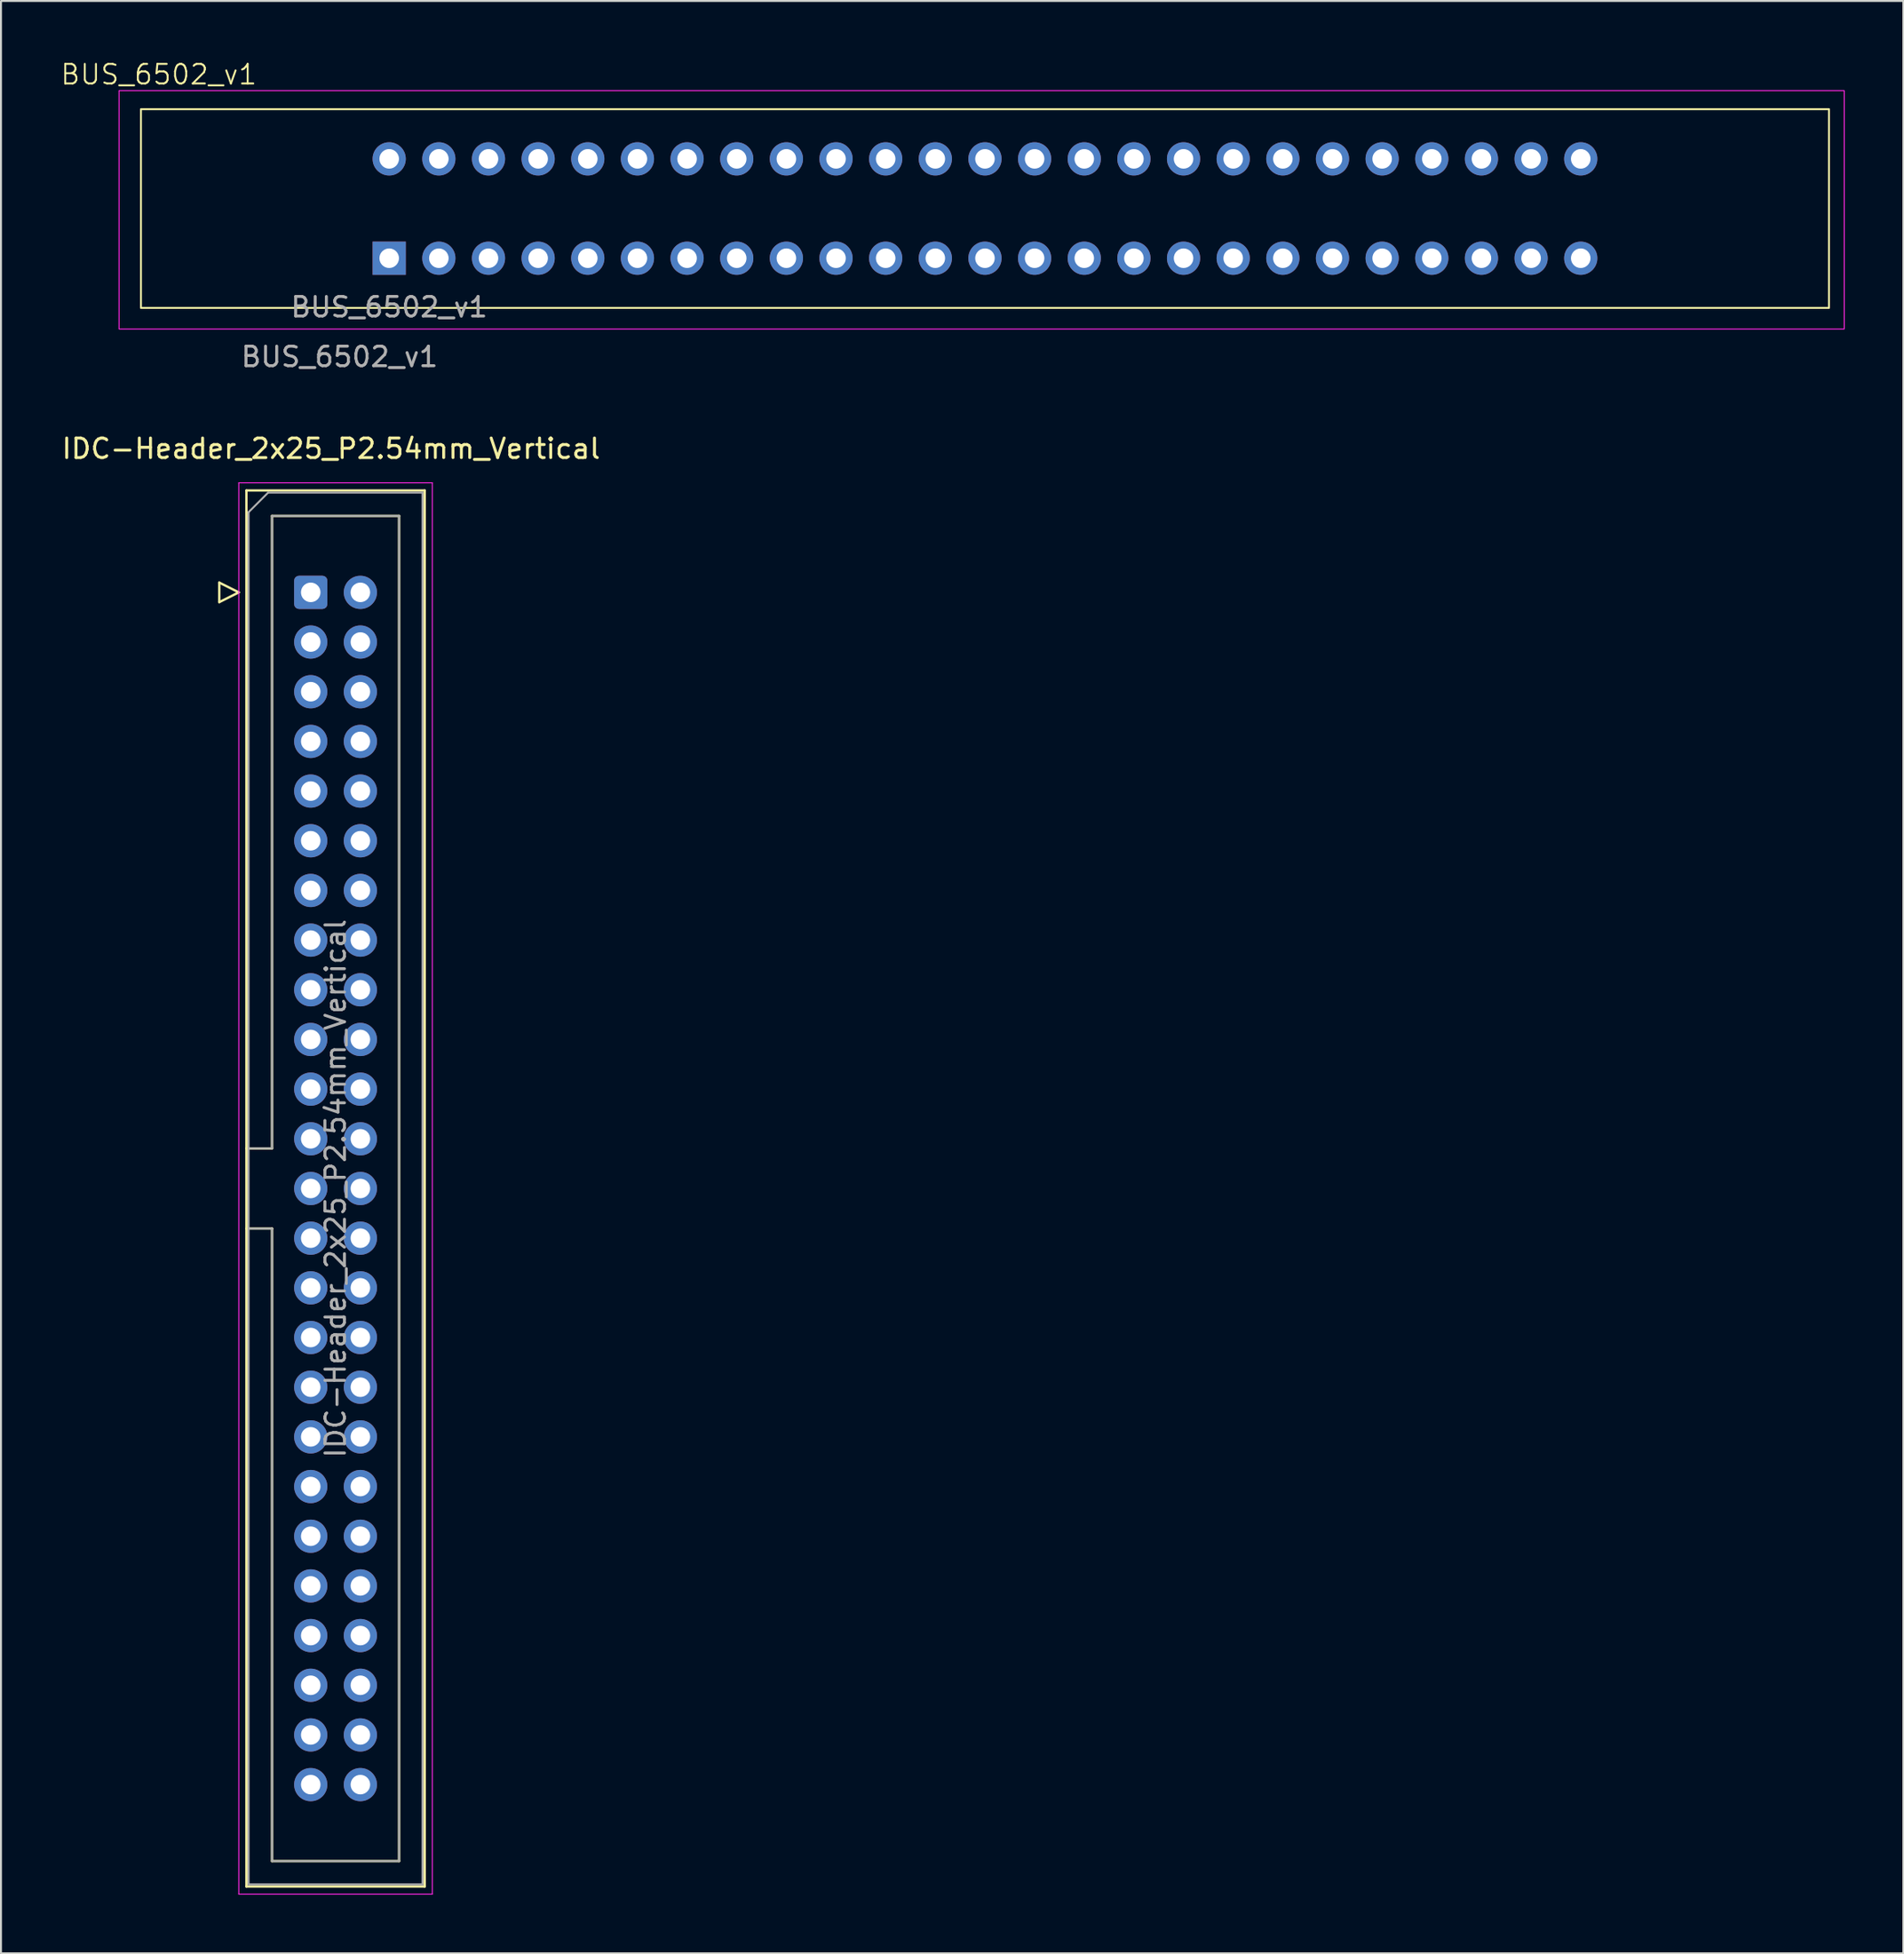
<source format=kicad_pcb>
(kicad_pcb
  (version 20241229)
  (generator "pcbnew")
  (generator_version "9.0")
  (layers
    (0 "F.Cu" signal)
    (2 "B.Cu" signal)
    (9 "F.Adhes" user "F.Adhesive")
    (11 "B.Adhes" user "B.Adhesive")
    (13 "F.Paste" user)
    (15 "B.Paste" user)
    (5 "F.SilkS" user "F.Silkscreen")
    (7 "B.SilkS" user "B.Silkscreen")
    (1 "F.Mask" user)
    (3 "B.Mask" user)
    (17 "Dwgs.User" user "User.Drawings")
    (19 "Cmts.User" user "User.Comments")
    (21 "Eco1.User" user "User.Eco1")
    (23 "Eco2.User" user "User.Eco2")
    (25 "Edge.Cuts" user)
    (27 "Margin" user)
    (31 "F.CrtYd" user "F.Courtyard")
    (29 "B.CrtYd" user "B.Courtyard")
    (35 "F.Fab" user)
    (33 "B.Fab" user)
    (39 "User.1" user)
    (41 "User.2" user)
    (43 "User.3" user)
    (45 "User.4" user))
  (footprint "IDC-Header_2x25_P2.54mm_Vertical"
    (layer "F.Cu")
    (at 12.847 27.238)
    (property "Reference" "IDC-Header_2x25_P2.54mm_Vertical" (at 1.04 -7.348 0) (layer "F.SilkS") (effects (font (size 1 1) (thickness 0.15))))
    (attr through_hole)
    (fp_line (start -4.68 -0.5) (end -4.68 0.5) (stroke (width 0.12) (type solid)) (layer "F.SilkS"))
    (fp_line (start -4.68 0.5) (end -3.68 0) (stroke (width 0.12) (type solid)) (layer "F.SilkS"))
    (fp_line (start -3.68 0) (end -4.68 -0.5) (stroke (width 0.12) (type solid)) (layer "F.SilkS"))
    (fp_line (start -3.29 -5.21) (end 5.83 -5.21) (stroke (width 0.12) (type solid)) (layer "F.SilkS"))
    (fp_line (start -3.29 28.43) (end -1.98 28.43) (stroke (width 0.12) (type solid)) (layer "F.SilkS"))
    (fp_line (start -3.29 66.17) (end -3.29 -5.21) (stroke (width 0.12) (type solid)) (layer "F.SilkS"))
    (fp_line (start -1.98 -3.91) (end 4.52 -3.91) (stroke (width 0.12) (type solid)) (layer "F.SilkS"))
    (fp_line (start -1.98 28.43) (end -1.98 -3.91) (stroke (width 0.12) (type solid)) (layer "F.SilkS"))
    (fp_line (start -1.98 32.53) (end -3.29 32.53) (stroke (width 0.12) (type solid)) (layer "F.SilkS"))
    (fp_line (start -1.98 32.53) (end -1.98 32.53) (stroke (width 0.12) (type solid)) (layer "F.SilkS"))
    (fp_line (start -1.98 64.87) (end -1.98 32.53) (stroke (width 0.12) (type solid)) (layer "F.SilkS"))
    (fp_line (start 4.52 -3.91) (end 4.52 64.87) (stroke (width 0.12) (type solid)) (layer "F.SilkS"))
    (fp_line (start 4.52 64.87) (end -1.98 64.87) (stroke (width 0.12) (type solid)) (layer "F.SilkS"))
    (fp_line (start 5.83 -5.21) (end 5.83 66.17) (stroke (width 0.12) (type solid)) (layer "F.SilkS"))
    (fp_line (start 5.83 66.17) (end -3.29 66.17) (stroke (width 0.12) (type solid)) (layer "F.SilkS"))
    (fp_line (start -3.68 -5.6) (end -3.68 66.56) (stroke (width 0.05) (type solid)) (layer "F.CrtYd"))
    (fp_line (start -3.68 66.56) (end 6.22 66.56) (stroke (width 0.05) (type solid)) (layer "F.CrtYd"))
    (fp_line (start 6.22 -5.6) (end -3.68 -5.6) (stroke (width 0.05) (type solid)) (layer "F.CrtYd"))
    (fp_line (start 6.22 66.56) (end 6.22 -5.6) (stroke (width 0.05) (type solid)) (layer "F.CrtYd"))
    (fp_line (start -3.18 -4.1) (end -2.18 -5.1) (stroke (width 0.1) (type solid)) (layer "F.Fab"))
    (fp_line (start -3.18 28.43) (end -1.98 28.43) (stroke (width 0.1) (type solid)) (layer "F.Fab"))
    (fp_line (start -3.18 66.06) (end -3.18 -4.1) (stroke (width 0.1) (type solid)) (layer "F.Fab"))
    (fp_line (start -2.18 -5.1) (end 5.72 -5.1) (stroke (width 0.1) (type solid)) (layer "F.Fab"))
    (fp_line (start -1.98 -3.91) (end 4.52 -3.91) (stroke (width 0.1) (type solid)) (layer "F.Fab"))
    (fp_line (start -1.98 28.43) (end -1.98 -3.91) (stroke (width 0.1) (type solid)) (layer "F.Fab"))
    (fp_line (start -1.98 32.53) (end -3.18 32.53) (stroke (width 0.1) (type solid)) (layer "F.Fab"))
    (fp_line (start -1.98 32.53) (end -1.98 32.53) (stroke (width 0.1) (type solid)) (layer "F.Fab"))
    (fp_line (start -1.98 64.87) (end -1.98 32.53) (stroke (width 0.1) (type solid)) (layer "F.Fab"))
    (fp_line (start 4.52 -3.91) (end 4.52 64.87) (stroke (width 0.1) (type solid)) (layer "F.Fab"))
    (fp_line (start 4.52 64.87) (end -1.98 64.87) (stroke (width 0.1) (type solid)) (layer "F.Fab"))
    (fp_line (start 5.72 -5.1) (end 5.72 66.06) (stroke (width 0.1) (type solid)) (layer "F.Fab"))
    (fp_line (start 5.72 66.06) (end -3.18 66.06) (stroke (width 0.1) (type solid)) (layer "F.Fab"))
    (fp_text user "${REFERENCE}" (at 1.27 30.48 270) (layer "F.Fab") (effects (font (size 1 1) (thickness 0.15))))
    (pad "1" thru_hole roundrect (at 0 0) (size 1.7 1.7) (drill 1) (layers "*.Cu" "*.Mask") (roundrect_rratio 0.147))
    (pad "2" thru_hole circle (at 2.54 0) (size 1.7 1.7) (drill 1) (layers "*.Cu" "*.Mask"))
    (pad "3" thru_hole circle (at 0 2.54) (size 1.7 1.7) (drill 1) (layers "*.Cu" "*.Mask"))
    (pad "4" thru_hole circle (at 2.54 2.54) (size 1.7 1.7) (drill 1) (layers "*.Cu" "*.Mask"))
    (pad "5" thru_hole circle (at 0 5.08) (size 1.7 1.7) (drill 1) (layers "*.Cu" "*.Mask"))
    (pad "6" thru_hole circle (at 2.54 5.08) (size 1.7 1.7) (drill 1) (layers "*.Cu" "*.Mask"))
    (pad "7" thru_hole circle (at 0 7.62) (size 1.7 1.7) (drill 1) (layers "*.Cu" "*.Mask"))
    (pad "8" thru_hole circle (at 2.54 7.62) (size 1.7 1.7) (drill 1) (layers "*.Cu" "*.Mask"))
    (pad "9" thru_hole circle (at 0 10.16) (size 1.7 1.7) (drill 1) (layers "*.Cu" "*.Mask"))
    (pad "10" thru_hole circle (at 2.54 10.16) (size 1.7 1.7) (drill 1) (layers "*.Cu" "*.Mask"))
    (pad "11" thru_hole circle (at 0 12.7) (size 1.7 1.7) (drill 1) (layers "*.Cu" "*.Mask"))
    (pad "12" thru_hole circle (at 2.54 12.7) (size 1.7 1.7) (drill 1) (layers "*.Cu" "*.Mask"))
    (pad "13" thru_hole circle (at 0 15.24) (size 1.7 1.7) (drill 1) (layers "*.Cu" "*.Mask"))
    (pad "14" thru_hole circle (at 2.54 15.24) (size 1.7 1.7) (drill 1) (layers "*.Cu" "*.Mask"))
    (pad "15" thru_hole circle (at 0 17.78) (size 1.7 1.7) (drill 1) (layers "*.Cu" "*.Mask"))
    (pad "16" thru_hole circle (at 2.54 17.78) (size 1.7 1.7) (drill 1) (layers "*.Cu" "*.Mask"))
    (pad "17" thru_hole circle (at 0 20.32) (size 1.7 1.7) (drill 1) (layers "*.Cu" "*.Mask"))
    (pad "18" thru_hole circle (at 2.54 20.32) (size 1.7 1.7) (drill 1) (layers "*.Cu" "*.Mask"))
    (pad "19" thru_hole circle (at 0 22.86) (size 1.7 1.7) (drill 1) (layers "*.Cu" "*.Mask"))
    (pad "20" thru_hole circle (at 2.54 22.86) (size 1.7 1.7) (drill 1) (layers "*.Cu" "*.Mask"))
    (pad "21" thru_hole circle (at 0 25.4) (size 1.7 1.7) (drill 1) (layers "*.Cu" "*.Mask"))
    (pad "22" thru_hole circle (at 2.54 25.4) (size 1.7 1.7) (drill 1) (layers "*.Cu" "*.Mask"))
    (pad "23" thru_hole circle (at 0 27.94) (size 1.7 1.7) (drill 1) (layers "*.Cu" "*.Mask"))
    (pad "24" thru_hole circle (at 2.54 27.94) (size 1.7 1.7) (drill 1) (layers "*.Cu" "*.Mask"))
    (pad "25" thru_hole circle (at 0 30.48) (size 1.7 1.7) (drill 1) (layers "*.Cu" "*.Mask"))
    (pad "26" thru_hole circle (at 2.54 30.48) (size 1.7 1.7) (drill 1) (layers "*.Cu" "*.Mask"))
    (pad "27" thru_hole circle (at 0 33.02) (size 1.7 1.7) (drill 1) (layers "*.Cu" "*.Mask"))
    (pad "28" thru_hole circle (at 2.54 33.02) (size 1.7 1.7) (drill 1) (layers "*.Cu" "*.Mask"))
    (pad "29" thru_hole circle (at 0 35.56) (size 1.7 1.7) (drill 1) (layers "*.Cu" "*.Mask"))
    (pad "30" thru_hole circle (at 2.54 35.56) (size 1.7 1.7) (drill 1) (layers "*.Cu" "*.Mask"))
    (pad "31" thru_hole circle (at 0 38.1) (size 1.7 1.7) (drill 1) (layers "*.Cu" "*.Mask"))
    (pad "32" thru_hole circle (at 2.54 38.1) (size 1.7 1.7) (drill 1) (layers "*.Cu" "*.Mask"))
    (pad "33" thru_hole circle (at 0 40.64) (size 1.7 1.7) (drill 1) (layers "*.Cu" "*.Mask"))
    (pad "34" thru_hole circle (at 2.54 40.64) (size 1.7 1.7) (drill 1) (layers "*.Cu" "*.Mask"))
    (pad "35" thru_hole circle (at 0 43.18) (size 1.7 1.7) (drill 1) (layers "*.Cu" "*.Mask"))
    (pad "36" thru_hole circle (at 2.54 43.18) (size 1.7 1.7) (drill 1) (layers "*.Cu" "*.Mask"))
    (pad "37" thru_hole circle (at 0 45.72) (size 1.7 1.7) (drill 1) (layers "*.Cu" "*.Mask"))
    (pad "38" thru_hole circle (at 2.54 45.72) (size 1.7 1.7) (drill 1) (layers "*.Cu" "*.Mask"))
    (pad "39" thru_hole circle (at 0 48.26) (size 1.7 1.7) (drill 1) (layers "*.Cu" "*.Mask"))
    (pad "40" thru_hole circle (at 2.54 48.26) (size 1.7 1.7) (drill 1) (layers "*.Cu" "*.Mask"))
    (pad "41" thru_hole circle (at 0 50.8) (size 1.7 1.7) (drill 1) (layers "*.Cu" "*.Mask"))
    (pad "42" thru_hole circle (at 2.54 50.8) (size 1.7 1.7) (drill 1) (layers "*.Cu" "*.Mask"))
    (pad "43" thru_hole circle (at 0 53.34) (size 1.7 1.7) (drill 1) (layers "*.Cu" "*.Mask"))
    (pad "44" thru_hole circle (at 2.54 53.34) (size 1.7 1.7) (drill 1) (layers "*.Cu" "*.Mask"))
    (pad "45" thru_hole circle (at 0 55.88) (size 1.7 1.7) (drill 1) (layers "*.Cu" "*.Mask"))
    (pad "46" thru_hole circle (at 2.54 55.88) (size 1.7 1.7) (drill 1) (layers "*.Cu" "*.Mask"))
    (pad "47" thru_hole circle (at 0 58.42) (size 1.7 1.7) (drill 1) (layers "*.Cu" "*.Mask"))
    (pad "48" thru_hole circle (at 2.54 58.42) (size 1.7 1.7) (drill 1) (layers "*.Cu" "*.Mask"))
    (pad "49" thru_hole circle (at 0 60.96) (size 1.7 1.7) (drill 1) (layers "*.Cu" "*.Mask"))
    (pad "50" thru_hole circle (at 2.54 60.96) (size 1.7 1.7) (drill 1) (layers "*.Cu" "*.Mask")))
  (footprint "BUS_6502_v1"
    (layer "F.Cu")
    (at 16.861 10.153)
    (property "Reference" "BUS_6502_v1" (at -11.788 -9.393 0) (unlocked yes) (layer "F.SilkS") (effects (font (size 1 1) (thickness 0.1))))
    (attr through_hole)
    (fp_rect (start -12.7 -7.62) (end 73.66 2.54) (stroke (width 0.1) (type default)) (fill no) (layer "F.SilkS"))
    (fp_rect (start -13.82 -8.57) (end 74.44 3.62) (stroke (width 0.05) (type default)) (fill no) (layer "F.CrtYd"))
    (fp_text user "${REFERENCE}" (at -2.54 5.04 0) (unlocked yes) (layer "F.Fab") (effects (font (size 1 1) (thickness 0.15))))
    (fp_text user "${REFERENCE}" (at 0 2.5 0) (unlocked yes) (layer "F.Fab") (effects (font (size 1 1) (thickness 0.15))))
    (pad "1" thru_hole rect (at 0 0 90) (size 1.7 1.7) (drill 1) (layers "*.Cu" "*.Mask"))
    (pad "2" thru_hole oval (at 2.54 0 90) (size 1.7 1.7) (drill 1) (layers "*.Cu" "*.Mask"))
    (pad "3" thru_hole oval (at 5.08 0 90) (size 1.7 1.7) (drill 1) (layers "*.Cu" "*.Mask"))
    (pad "4" thru_hole oval (at 7.62 0 90) (size 1.7 1.7) (drill 1) (layers "*.Cu" "*.Mask"))
    (pad "5" thru_hole oval (at 10.16 0 90) (size 1.7 1.7) (drill 1) (layers "*.Cu" "*.Mask"))
    (pad "6" thru_hole oval (at 12.7 0 90) (size 1.7 1.7) (drill 1) (layers "*.Cu" "*.Mask"))
    (pad "7" thru_hole oval (at 15.24 0 90) (size 1.7 1.7) (drill 1) (layers "*.Cu" "*.Mask"))
    (pad "8" thru_hole oval (at 17.78 0 90) (size 1.7 1.7) (drill 1) (layers "*.Cu" "*.Mask"))
    (pad "9" thru_hole oval (at 20.32 0 90) (size 1.7 1.7) (drill 1) (layers "*.Cu" "*.Mask"))
    (pad "10" thru_hole oval (at 22.86 0 90) (size 1.7 1.7) (drill 1) (layers "*.Cu" "*.Mask"))
    (pad "11" thru_hole oval (at 25.4 0 90) (size 1.7 1.7) (drill 1) (layers "*.Cu" "*.Mask"))
    (pad "12" thru_hole oval (at 27.94 0 90) (size 1.7 1.7) (drill 1) (layers "*.Cu" "*.Mask"))
    (pad "13" thru_hole oval (at 30.48 0 90) (size 1.7 1.7) (drill 1) (layers "*.Cu" "*.Mask"))
    (pad "14" thru_hole oval (at 33.02 0 90) (size 1.7 1.7) (drill 1) (layers "*.Cu" "*.Mask"))
    (pad "15" thru_hole oval (at 35.56 0 90) (size 1.7 1.7) (drill 1) (layers "*.Cu" "*.Mask"))
    (pad "16" thru_hole oval (at 38.1 0 90) (size 1.7 1.7) (drill 1) (layers "*.Cu" "*.Mask"))
    (pad "17" thru_hole oval (at 40.64 0 90) (size 1.7 1.7) (drill 1) (layers "*.Cu" "*.Mask"))
    (pad "18" thru_hole oval (at 43.18 0 90) (size 1.7 1.7) (drill 1) (layers "*.Cu" "*.Mask"))
    (pad "19" thru_hole oval (at 45.72 0 90) (size 1.7 1.7) (drill 1) (layers "*.Cu" "*.Mask"))
    (pad "20" thru_hole oval (at 48.26 0 90) (size 1.7 1.7) (drill 1) (layers "*.Cu" "*.Mask"))
    (pad "21" thru_hole oval (at 50.8 0 90) (size 1.7 1.7) (drill 1) (layers "*.Cu" "*.Mask"))
    (pad "22" thru_hole oval (at 53.34 0 90) (size 1.7 1.7) (drill 1) (layers "*.Cu" "*.Mask"))
    (pad "23" thru_hole oval (at 55.88 0 90) (size 1.7 1.7) (drill 1) (layers "*.Cu" "*.Mask"))
    (pad "24" thru_hole oval (at 58.42 0 90) (size 1.7 1.7) (drill 1) (layers "*.Cu" "*.Mask"))
    (pad "25" thru_hole oval (at 60.96 0 90) (size 1.7 1.7) (drill 1) (layers "*.Cu" "*.Mask"))
    (pad "26" thru_hole oval (at 60.96 -5.08 90) (size 1.7 1.7) (drill 1) (layers "*.Cu" "*.Mask"))
    (pad "27" thru_hole oval (at 58.42 -5.08 90) (size 1.7 1.7) (drill 1) (layers "*.Cu" "*.Mask"))
    (pad "28" thru_hole oval (at 55.88 -5.08 90) (size 1.7 1.7) (drill 1) (layers "*.Cu" "*.Mask"))
    (pad "29" thru_hole oval (at 53.34 -5.08 90) (size 1.7 1.7) (drill 1) (layers "*.Cu" "*.Mask"))
    (pad "30" thru_hole oval (at 50.8 -5.08 90) (size 1.7 1.7) (drill 1) (layers "*.Cu" "*.Mask"))
    (pad "31" thru_hole oval (at 48.26 -5.08 90) (size 1.7 1.7) (drill 1) (layers "*.Cu" "*.Mask"))
    (pad "32" thru_hole oval (at 45.72 -5.08 90) (size 1.7 1.7) (drill 1) (layers "*.Cu" "*.Mask"))
    (pad "33" thru_hole oval (at 43.18 -5.08 90) (size 1.7 1.7) (drill 1) (layers "*.Cu" "*.Mask"))
    (pad "34" thru_hole oval (at 40.64 -5.08 90) (size 1.7 1.7) (drill 1) (layers "*.Cu" "*.Mask"))
    (pad "35" thru_hole oval (at 38.1 -5.08 90) (size 1.7 1.7) (drill 1) (layers "*.Cu" "*.Mask"))
    (pad "36" thru_hole oval (at 35.56 -5.08 90) (size 1.7 1.7) (drill 1) (layers "*.Cu" "*.Mask"))
    (pad "37" thru_hole oval (at 33.02 -5.08 90) (size 1.7 1.7) (drill 1) (layers "*.Cu" "*.Mask"))
    (pad "38" thru_hole oval (at 30.48 -5.08 90) (size 1.7 1.7) (drill 1) (layers "*.Cu" "*.Mask"))
    (pad "39" thru_hole oval (at 27.94 -5.08 90) (size 1.7 1.7) (drill 1) (layers "*.Cu" "*.Mask"))
    (pad "40" thru_hole oval (at 25.4 -5.08 90) (size 1.7 1.7) (drill 1) (layers "*.Cu" "*.Mask"))
    (pad "41" thru_hole oval (at 22.86 -5.08 90) (size 1.7 1.7) (drill 1) (layers "*.Cu" "*.Mask"))
    (pad "42" thru_hole oval (at 20.32 -5.08 90) (size 1.7 1.7) (drill 1) (layers "*.Cu" "*.Mask"))
    (pad "43" thru_hole oval (at 17.78 -5.08 90) (size 1.7 1.7) (drill 1) (layers "*.Cu" "*.Mask"))
    (pad "44" thru_hole oval (at 15.24 -5.08 90) (size 1.7 1.7) (drill 1) (layers "*.Cu" "*.Mask"))
    (pad "45" thru_hole oval (at 12.7 -5.08 90) (size 1.7 1.7) (drill 1) (layers "*.Cu" "*.Mask"))
    (pad "46" thru_hole oval (at 10.16 -5.08 90) (size 1.7 1.7) (drill 1) (layers "*.Cu" "*.Mask"))
    (pad "47" thru_hole oval (at 7.62 -5.08 90) (size 1.7 1.7) (drill 1) (layers "*.Cu" "*.Mask"))
    (pad "48" thru_hole oval (at 5.08 -5.08 90) (size 1.7 1.7) (drill 1) (layers "*.Cu" "*.Mask"))
    (pad "49" thru_hole oval (at 2.54 -5.08 90) (size 1.7 1.7) (drill 1) (layers "*.Cu" "*.Mask"))
    (pad "50" thru_hole oval (at 0 -5.08 90) (size 1.7 1.7) (drill 1) (layers "*.Cu" "*.Mask")))
  (gr_rect
    (start -3 -3)
    (end 94.326 96.823)
    (stroke (width 0.1) (type default))
    (fill no)
    (layer "Edge.Cuts")))
</source>
